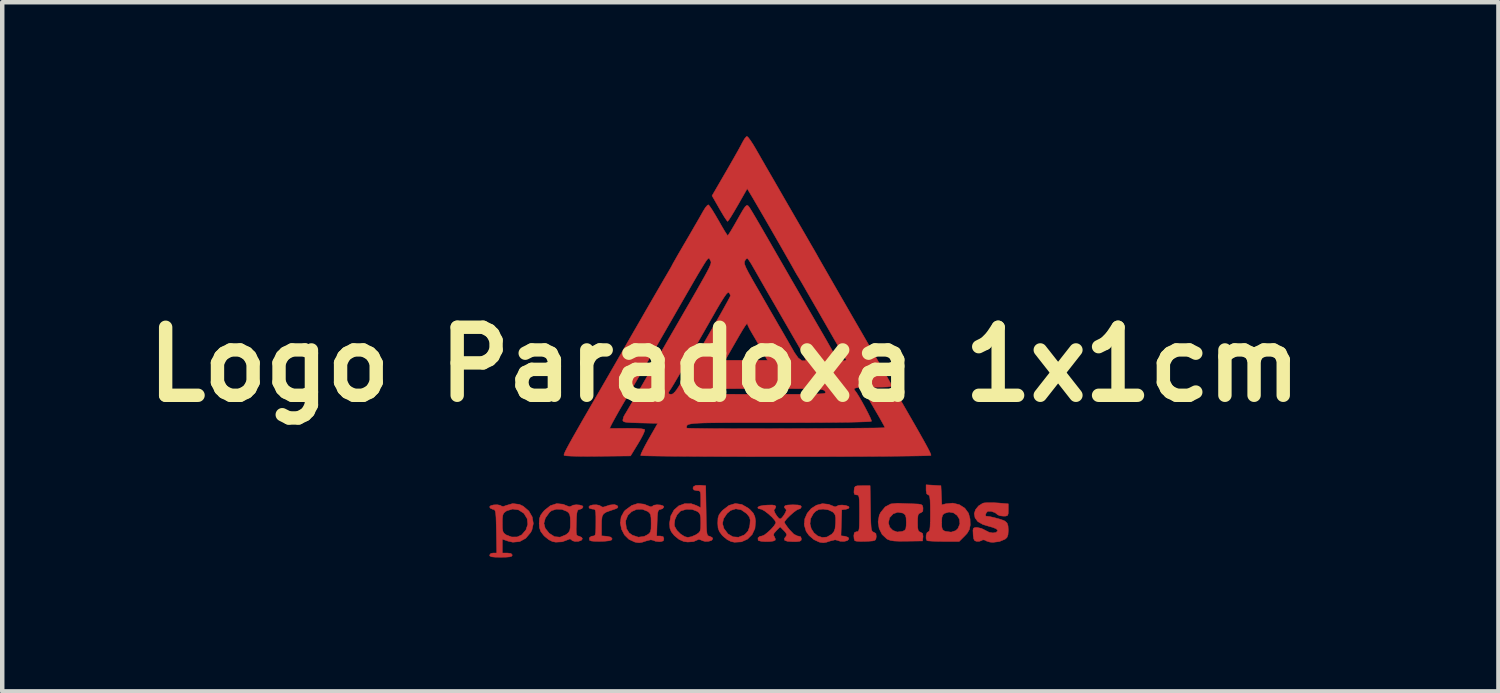
<source format=kicad_pcb>
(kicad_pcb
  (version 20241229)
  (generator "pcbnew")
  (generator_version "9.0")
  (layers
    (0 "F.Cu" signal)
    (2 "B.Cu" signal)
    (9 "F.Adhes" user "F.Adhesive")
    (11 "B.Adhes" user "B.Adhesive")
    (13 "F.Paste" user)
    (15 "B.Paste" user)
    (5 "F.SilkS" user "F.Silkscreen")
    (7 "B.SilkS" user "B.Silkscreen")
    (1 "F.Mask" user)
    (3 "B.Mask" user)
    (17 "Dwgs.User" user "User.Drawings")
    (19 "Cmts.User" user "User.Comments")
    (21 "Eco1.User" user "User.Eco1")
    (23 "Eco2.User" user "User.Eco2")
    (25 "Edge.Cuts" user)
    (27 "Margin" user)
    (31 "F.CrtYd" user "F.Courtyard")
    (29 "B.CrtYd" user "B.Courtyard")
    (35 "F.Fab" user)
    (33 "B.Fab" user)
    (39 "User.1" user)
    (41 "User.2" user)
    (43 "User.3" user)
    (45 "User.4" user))
  (footprint "Logo Paradoxa 1x1cm "
    (layer "F.Cu")
    (at 13.76 5.116)
    (property "Reference" "Logo Paradoxa 1x1cm " (at 0 0 0) (layer "F.SilkS") (effects (font (size 1.524 1.524) (thickness 0.3))))
    (attr through_hole)
    (fp_poly (pts (xy 2.692 3.227) (xy 2.695 3.418) (xy 2.7 3.556) (xy 2.706 3.648) (xy 2.716 3.705) (xy 2.73 3.737) (xy 2.75 3.752) (xy 2.765 3.757) (xy 2.813 3.786) (xy 2.821 3.851) (xy 2.82 3.863) (xy 2.812 3.91) (xy 2.791 3.938) (xy 2.742 3.952) (xy 2.652 3.959) (xy 2.586 3.962) (xy 2.472 3.964) (xy 2.384 3.959) (xy 2.341 3.949) (xy 2.34 3.949) (xy 2.324 3.903) (xy 2.318 3.836) (xy 2.329 3.769) (xy 2.37 3.747) (xy 2.381 3.747) (xy 2.407 3.743) (xy 2.425 3.726) (xy 2.436 3.685) (xy 2.442 3.61) (xy 2.444 3.49) (xy 2.445 3.334) (xy 2.444 3.165) (xy 2.442 3.05) (xy 2.435 2.978) (xy 2.424 2.94) (xy 2.406 2.924) (xy 2.379 2.921) (xy 2.335 2.911) (xy 2.321 2.867) (xy 2.324 2.818) (xy 2.332 2.759) (xy 2.354 2.728) (xy 2.405 2.716) (xy 2.503 2.715) (xy 2.683 2.715) (xy 2.692 3.227)) (stroke (width 0.01) (type solid)) (fill yes) (layer "F.Cu"))
    (fp_poly (pts (xy -0.192 3.135) (xy -0.047 3.218) (xy -0.01 3.249) (xy 0.065 3.33) (xy 0.102 3.412) (xy 0.117 3.51) (xy 0.103 3.673) (xy 0.039 3.81) (xy -0.065 3.913) (xy -0.2 3.973) (xy -0.355 3.982) (xy -0.433 3.966) (xy -0.517 3.924) (xy -0.605 3.852) (xy -0.632 3.825) (xy -0.693 3.743) (xy -0.723 3.664) (xy -0.73 3.563) (xy -0.624 3.563) (xy -0.593 3.673) (xy -0.59 3.678) (xy -0.501 3.795) (xy -0.39 3.86) (xy -0.266 3.869) (xy -0.143 3.821) (xy -0.116 3.801) (xy -0.051 3.73) (xy -0.017 3.635) (xy -0.009 3.58) (xy -0.003 3.483) (xy -0.02 3.418) (xy -0.07 3.355) (xy -0.089 3.335) (xy -0.205 3.255) (xy -0.326 3.233) (xy -0.442 3.269) (xy -0.521 3.336) (xy -0.601 3.455) (xy -0.624 3.563) (xy -0.73 3.563) (xy -0.73 3.555) (xy -0.73 3.546) (xy -0.725 3.439) (xy -0.7 3.364) (xy -0.644 3.291) (xy -0.616 3.262) (xy -0.48 3.157) (xy -0.337 3.114) (xy -0.192 3.135)) (stroke (width 0.01) (type solid)) (fill yes) (layer "F.Cu"))
    (fp_poly (pts (xy -2.987 3.157) (xy -2.984 3.16) (xy -2.965 3.19) (xy -2.977 3.213) (xy -3.028 3.237) (xy -3.127 3.27) (xy -3.228 3.306) (xy -3.289 3.346) (xy -3.321 3.405) (xy -3.332 3.5) (xy -3.334 3.606) (xy -3.334 3.838) (xy -3.215 3.848) (xy -3.126 3.867) (xy -3.096 3.904) (xy -3.096 3.905) (xy -3.109 3.931) (xy -3.158 3.948) (xy -3.252 3.958) (xy -3.339 3.962) (xy -3.469 3.963) (xy -3.561 3.954) (xy -3.603 3.938) (xy -3.603 3.938) (xy -3.608 3.885) (xy -3.564 3.848) (xy -3.522 3.842) (xy -3.494 3.837) (xy -3.476 3.814) (xy -3.466 3.762) (xy -3.462 3.668) (xy -3.461 3.54) (xy -3.461 3.4) (xy -3.465 3.312) (xy -3.475 3.264) (xy -3.495 3.243) (xy -3.527 3.239) (xy -3.54 3.239) (xy -3.604 3.222) (xy -3.619 3.191) (xy -3.592 3.161) (xy -3.527 3.145) (xy -3.448 3.143) (xy -3.379 3.156) (xy -3.348 3.177) (xy -3.306 3.196) (xy -3.275 3.189) (xy -3.149 3.148) (xy -3.048 3.137) (xy -2.987 3.157)) (stroke (width 0.01) (type solid)) (fill yes) (layer "F.Cu"))
    (fp_poly (pts (xy 3.412 3.113) (xy 3.554 3.118) (xy 3.651 3.121) (xy 3.762 3.126) (xy 3.825 3.136) (xy 3.855 3.159) (xy 3.866 3.2) (xy 3.868 3.217) (xy 3.864 3.288) (xy 3.822 3.321) (xy 3.812 3.324) (xy 3.776 3.341) (xy 3.756 3.379) (xy 3.748 3.452) (xy 3.747 3.54) (xy 3.749 3.651) (xy 3.76 3.714) (xy 3.783 3.745) (xy 3.812 3.756) (xy 3.86 3.786) (xy 3.869 3.85) (xy 3.868 3.863) (xy 3.858 3.953) (xy 3.505 3.958) (xy 3.34 3.959) (xy 3.224 3.954) (xy 3.143 3.942) (xy 3.084 3.921) (xy 3.058 3.907) (xy 2.951 3.807) (xy 2.885 3.674) (xy 2.866 3.549) (xy 3.093 3.549) (xy 3.122 3.645) (xy 3.191 3.716) (xy 3.289 3.752) (xy 3.405 3.739) (xy 3.405 3.739) (xy 3.456 3.716) (xy 3.482 3.68) (xy 3.491 3.612) (xy 3.493 3.536) (xy 3.489 3.434) (xy 3.474 3.376) (xy 3.44 3.342) (xy 3.412 3.327) (xy 3.302 3.309) (xy 3.2 3.345) (xy 3.123 3.428) (xy 3.117 3.44) (xy 3.093 3.549) (xy 2.866 3.549) (xy 2.862 3.524) (xy 2.888 3.377) (xy 2.92 3.312) (xy 3.021 3.189) (xy 3.146 3.123) (xy 3.296 3.108) (xy 3.412 3.113)) (stroke (width 0.01) (type solid)) (fill yes) (layer "F.Cu"))
    (fp_poly (pts (xy 4.104 2.705) (xy 4.27 2.715) (xy 4.28 2.929) (xy 4.289 3.144) (xy 4.375 3.121) (xy 4.536 3.105) (xy 4.682 3.14) (xy 4.804 3.218) (xy 4.888 3.332) (xy 4.922 3.461) (xy 4.926 3.597) (xy 4.907 3.696) (xy 4.859 3.779) (xy 4.8 3.843) (xy 4.679 3.964) (xy 4.326 3.964) (xy 4.183 3.962) (xy 4.064 3.957) (xy 3.984 3.951) (xy 3.955 3.945) (xy 3.936 3.895) (xy 3.938 3.826) (xy 3.957 3.768) (xy 3.985 3.747) (xy 4.004 3.737) (xy 4.018 3.703) (xy 4.026 3.636) (xy 4.03 3.537) (xy 4.286 3.537) (xy 4.286 3.539) (xy 4.289 3.639) (xy 4.303 3.694) (xy 4.336 3.724) (xy 4.372 3.738) (xy 4.498 3.755) (xy 4.602 3.721) (xy 4.652 3.672) (xy 4.694 3.567) (xy 4.684 3.466) (xy 4.633 3.381) (xy 4.551 3.323) (xy 4.45 3.305) (xy 4.348 3.335) (xy 4.31 3.369) (xy 4.291 3.43) (xy 4.286 3.537) (xy 4.03 3.537) (xy 4.031 3.524) (xy 4.032 3.36) (xy 4.032 3.334) (xy 4.031 3.162) (xy 4.027 3.044) (xy 4.019 2.971) (xy 4.007 2.933) (xy 3.988 2.921) (xy 3.985 2.921) (xy 3.95 2.897) (xy 3.937 2.821) (xy 3.937 2.808) (xy 3.937 2.695) (xy 4.104 2.705)) (stroke (width 0.01) (type solid)) (fill yes) (layer "F.Cu"))
    (fp_poly (pts (xy 1.754 3.132) (xy 1.823 3.16) (xy 1.899 3.189) (xy 1.937 3.174) (xy 1.938 3.174) (xy 1.981 3.153) (xy 2.057 3.148) (xy 2.139 3.158) (xy 2.2 3.18) (xy 2.214 3.197) (xy 2.196 3.227) (xy 2.137 3.244) (xy 2.048 3.254) (xy 2.03 3.837) (xy 2.118 3.847) (xy 2.19 3.871) (xy 2.207 3.908) (xy 2.173 3.945) (xy 2.101 3.963) (xy 2.017 3.961) (xy 1.958 3.942) (xy 1.957 3.941) (xy 1.899 3.927) (xy 1.799 3.951) (xy 1.792 3.953) (xy 1.7 3.983) (xy 1.636 3.993) (xy 1.573 3.985) (xy 1.54 3.977) (xy 1.424 3.923) (xy 1.316 3.831) (xy 1.25 3.739) (xy 1.208 3.597) (xy 1.21 3.568) (xy 1.336 3.568) (xy 1.364 3.677) (xy 1.424 3.771) (xy 1.508 3.84) (xy 1.609 3.874) (xy 1.716 3.865) (xy 1.823 3.802) (xy 1.871 3.747) (xy 1.897 3.678) (xy 1.908 3.572) (xy 1.91 3.545) (xy 1.911 3.436) (xy 1.899 3.369) (xy 1.868 3.324) (xy 1.84 3.299) (xy 1.742 3.255) (xy 1.63 3.239) (xy 1.532 3.248) (xy 1.462 3.288) (xy 1.412 3.34) (xy 1.35 3.452) (xy 1.336 3.568) (xy 1.21 3.568) (xy 1.219 3.458) (xy 1.274 3.332) (xy 1.364 3.226) (xy 1.481 3.152) (xy 1.614 3.117) (xy 1.754 3.132)) (stroke (width 0.01) (type solid)) (fill yes) (layer "F.Cu"))
    (fp_poly (pts (xy -2.379 3.129) (xy -2.303 3.161) (xy -2.228 3.189) (xy -2.197 3.177) (xy -2.161 3.152) (xy -2.092 3.142) (xy -2.015 3.147) (xy -1.956 3.165) (xy -1.937 3.189) (xy -1.964 3.228) (xy -2.008 3.244) (xy -2.042 3.253) (xy -2.063 3.276) (xy -2.076 3.326) (xy -2.084 3.415) (xy -2.089 3.548) (xy -2.098 3.842) (xy -2.017 3.842) (xy -1.954 3.856) (xy -1.937 3.905) (xy -1.95 3.95) (xy -2.001 3.967) (xy -2.042 3.969) (xy -2.123 3.96) (xy -2.176 3.939) (xy -2.177 3.938) (xy -2.231 3.927) (xy -2.329 3.951) (xy -2.334 3.953) (xy -2.427 3.983) (xy -2.49 3.993) (xy -2.554 3.985) (xy -2.588 3.978) (xy -2.72 3.917) (xy -2.821 3.817) (xy -2.886 3.69) (xy -2.913 3.551) (xy -2.911 3.54) (xy -2.794 3.54) (xy -2.776 3.675) (xy -2.717 3.771) (xy -2.642 3.824) (xy -2.509 3.868) (xy -2.38 3.851) (xy -2.315 3.819) (xy -2.265 3.785) (xy -2.238 3.746) (xy -2.225 3.683) (xy -2.223 3.578) (xy -2.223 3.553) (xy -2.225 3.436) (xy -2.236 3.365) (xy -2.261 3.322) (xy -2.301 3.29) (xy -2.423 3.242) (xy -2.547 3.246) (xy -2.659 3.295) (xy -2.745 3.38) (xy -2.791 3.495) (xy -2.794 3.54) (xy -2.911 3.54) (xy -2.895 3.414) (xy -2.829 3.293) (xy -2.802 3.264) (xy -2.658 3.158) (xy -2.52 3.113) (xy -2.379 3.129)) (stroke (width 0.01) (type solid)) (fill yes) (layer "F.Cu"))
    (fp_poly (pts (xy 5.429 3.095) (xy 5.553 3.102) (xy 5.779 3.121) (xy 5.779 3.259) (xy 5.776 3.345) (xy 5.759 3.385) (xy 5.713 3.397) (xy 5.669 3.397) (xy 5.59 3.388) (xy 5.541 3.366) (xy 5.539 3.364) (xy 5.484 3.32) (xy 5.401 3.29) (xy 5.326 3.288) (xy 5.318 3.29) (xy 5.286 3.321) (xy 5.268 3.366) (xy 5.275 3.396) (xy 5.282 3.397) (xy 5.358 3.406) (xy 5.465 3.43) (xy 5.576 3.46) (xy 5.668 3.491) (xy 5.705 3.509) (xy 5.752 3.553) (xy 5.773 3.616) (xy 5.779 3.712) (xy 5.772 3.814) (xy 5.749 3.875) (xy 5.707 3.913) (xy 5.58 3.966) (xy 5.434 3.984) (xy 5.366 3.978) (xy 5.293 3.956) (xy 5.257 3.935) (xy 5.21 3.927) (xy 5.187 3.94) (xy 5.126 3.963) (xy 5.074 3.963) (xy 5.028 3.948) (xy 5.004 3.907) (xy 4.992 3.824) (xy 4.991 3.802) (xy 4.987 3.711) (xy 4.998 3.667) (xy 5.032 3.653) (xy 5.08 3.651) (xy 5.175 3.671) (xy 5.267 3.717) (xy 5.267 3.717) (xy 5.347 3.758) (xy 5.433 3.773) (xy 5.503 3.763) (xy 5.539 3.728) (xy 5.54 3.717) (xy 5.51 3.681) (xy 5.425 3.647) (xy 5.382 3.636) (xy 5.21 3.584) (xy 5.096 3.519) (xy 5.034 3.436) (xy 5.016 3.34) (xy 5.044 3.252) (xy 5.112 3.168) (xy 5.202 3.111) (xy 5.234 3.101) (xy 5.313 3.095) (xy 5.429 3.095)) (stroke (width 0.01) (type solid)) (fill yes) (layer "F.Cu"))
    (fp_poly (pts (xy -5.174 3.134) (xy -5.088 3.175) (xy -4.963 3.282) (xy -4.886 3.416) (xy -4.862 3.562) (xy -4.894 3.709) (xy -4.922 3.763) (xy -5.033 3.894) (xy -5.168 3.967) (xy -5.321 3.981) (xy -5.428 3.957) (xy -5.556 3.913) (xy -5.556 4.223) (xy -5.445 4.223) (xy -5.363 4.233) (xy -5.334 4.266) (xy -5.334 4.27) (xy -5.346 4.295) (xy -5.389 4.309) (xy -5.475 4.316) (xy -5.588 4.318) (xy -5.718 4.316) (xy -5.797 4.308) (xy -5.834 4.291) (xy -5.842 4.27) (xy -5.814 4.232) (xy -5.762 4.223) (xy -5.682 4.223) (xy -5.69 3.739) (xy -5.694 3.554) (xy -5.694 3.552) (xy -5.556 3.552) (xy -5.554 3.667) (xy -5.544 3.737) (xy -5.519 3.78) (xy -5.474 3.814) (xy -5.469 3.818) (xy -5.347 3.864) (xy -5.223 3.863) (xy -5.123 3.817) (xy -5.028 3.706) (xy -4.986 3.581) (xy -5 3.454) (xy -5.071 3.338) (xy -5.078 3.331) (xy -5.193 3.257) (xy -5.325 3.238) (xy -5.455 3.276) (xy -5.478 3.29) (xy -5.52 3.324) (xy -5.544 3.369) (xy -5.554 3.443) (xy -5.556 3.552) (xy -5.694 3.552) (xy -5.698 3.423) (xy -5.705 3.337) (xy -5.715 3.285) (xy -5.73 3.258) (xy -5.752 3.247) (xy -5.771 3.244) (xy -5.826 3.219) (xy -5.842 3.189) (xy -5.815 3.161) (xy -5.749 3.145) (xy -5.67 3.142) (xy -5.603 3.154) (xy -5.573 3.173) (xy -5.535 3.181) (xy -5.468 3.157) (xy -5.323 3.115) (xy -5.174 3.134)) (stroke (width 0.01) (type solid)) (fill yes) (layer "F.Cu"))
    (fp_poly (pts (xy -4.195 3.13) (xy -4.134 3.156) (xy -4.056 3.185) (xy -4.016 3.175) (xy -3.973 3.151) (xy -3.9 3.142) (xy -3.822 3.148) (xy -3.763 3.166) (xy -3.747 3.189) (xy -3.774 3.228) (xy -3.818 3.244) (xy -3.852 3.253) (xy -3.873 3.276) (xy -3.886 3.326) (xy -3.894 3.416) (xy -3.898 3.546) (xy -3.902 3.683) (xy -3.9 3.769) (xy -3.891 3.817) (xy -3.871 3.838) (xy -3.838 3.847) (xy -3.835 3.847) (xy -3.779 3.873) (xy -3.762 3.905) (xy -3.789 3.941) (xy -3.853 3.962) (xy -3.928 3.964) (xy -3.988 3.947) (xy -4.004 3.931) (xy -4.039 3.906) (xy -4.088 3.925) (xy -4.215 3.972) (xy -4.36 3.98) (xy -4.434 3.966) (xy -4.517 3.924) (xy -4.606 3.852) (xy -4.632 3.825) (xy -4.696 3.74) (xy -4.725 3.656) (xy -4.731 3.557) (xy -4.625 3.557) (xy -4.596 3.669) (xy -4.506 3.781) (xy -4.503 3.783) (xy -4.386 3.857) (xy -4.263 3.868) (xy -4.137 3.816) (xy -4.124 3.808) (xy -4.074 3.766) (xy -4.046 3.72) (xy -4.034 3.649) (xy -4.032 3.542) (xy -4.035 3.428) (xy -4.047 3.36) (xy -4.075 3.317) (xy -4.111 3.29) (xy -4.221 3.246) (xy -4.343 3.241) (xy -4.451 3.273) (xy -4.499 3.31) (xy -4.592 3.439) (xy -4.625 3.557) (xy -4.731 3.557) (xy -4.731 3.554) (xy -4.725 3.452) (xy -4.699 3.377) (xy -4.642 3.301) (xy -4.612 3.267) (xy -4.48 3.162) (xy -4.338 3.116) (xy -4.195 3.13)) (stroke (width 0.01) (type solid)) (fill yes) (layer "F.Cu"))
    (fp_poly (pts (xy -1.124 2.704) (xy -1 2.715) (xy -0.991 3.276) (xy -0.988 3.477) (xy -0.984 3.624) (xy -0.979 3.724) (xy -0.971 3.788) (xy -0.959 3.824) (xy -0.941 3.84) (xy -0.917 3.847) (xy -0.912 3.848) (xy -0.857 3.874) (xy -0.841 3.905) (xy -0.869 3.941) (xy -0.934 3.961) (xy -1.013 3.964) (xy -1.082 3.945) (xy -1.097 3.935) (xy -1.156 3.916) (xy -1.183 3.929) (xy -1.275 3.968) (xy -1.403 3.977) (xy -1.492 3.965) (xy -1.597 3.919) (xy -1.701 3.834) (xy -1.706 3.829) (xy -1.771 3.747) (xy -1.802 3.67) (xy -1.808 3.585) (xy -1.704 3.585) (xy -1.696 3.626) (xy -1.646 3.715) (xy -1.564 3.797) (xy -1.471 3.856) (xy -1.402 3.873) (xy -1.318 3.857) (xy -1.224 3.816) (xy -1.214 3.81) (xy -1.158 3.772) (xy -1.127 3.732) (xy -1.114 3.671) (xy -1.111 3.568) (xy -1.111 3.544) (xy -1.114 3.43) (xy -1.126 3.361) (xy -1.153 3.318) (xy -1.19 3.29) (xy -1.303 3.247) (xy -1.435 3.244) (xy -1.554 3.279) (xy -1.571 3.289) (xy -1.642 3.366) (xy -1.69 3.474) (xy -1.704 3.585) (xy -1.808 3.585) (xy -1.81 3.564) (xy -1.81 3.553) (xy -1.783 3.392) (xy -1.711 3.26) (xy -1.604 3.166) (xy -1.471 3.117) (xy -1.325 3.118) (xy -1.205 3.16) (xy -1.111 3.208) (xy -1.111 3.017) (xy -1.113 2.911) (xy -1.122 2.854) (xy -1.145 2.83) (xy -1.187 2.826) (xy -1.189 2.826) (xy -1.265 2.811) (xy -1.287 2.77) (xy -1.273 2.735) (xy -1.223 2.708) (xy -1.129 2.704) (xy -1.124 2.704)) (stroke (width 0.01) (type solid)) (fill yes) (layer "F.Cu"))
    (fp_poly (pts (xy 1.063 3.147) (xy 1.123 3.16) (xy 1.143 3.185) (xy 1.143 3.191) (xy 1.117 3.231) (xy 1.086 3.239) (xy 1.039 3.26) (xy 0.967 3.313) (xy 0.888 3.383) (xy 0.817 3.454) (xy 0.771 3.513) (xy 0.762 3.536) (xy 0.781 3.572) (xy 0.829 3.64) (xy 0.877 3.701) (xy 0.974 3.801) (xy 1.054 3.841) (xy 1.067 3.842) (xy 1.128 3.858) (xy 1.143 3.905) (xy 1.136 3.941) (xy 1.106 3.96) (xy 1.037 3.968) (xy 0.953 3.969) (xy 0.83 3.961) (xy 0.768 3.938) (xy 0.763 3.896) (xy 0.801 3.848) (xy 0.816 3.811) (xy 0.79 3.763) (xy 0.753 3.723) (xy 0.667 3.637) (xy 0.582 3.722) (xy 0.529 3.783) (xy 0.52 3.825) (xy 0.537 3.854) (xy 0.561 3.909) (xy 0.556 3.936) (xy 0.514 3.955) (xy 0.433 3.966) (xy 0.335 3.968) (xy 0.245 3.961) (xy 0.185 3.945) (xy 0.175 3.937) (xy 0.17 3.885) (xy 0.214 3.849) (xy 0.26 3.842) (xy 0.312 3.82) (xy 0.385 3.764) (xy 0.464 3.691) (xy 0.53 3.616) (xy 0.568 3.556) (xy 0.572 3.541) (xy 0.548 3.491) (xy 0.487 3.421) (xy 0.406 3.347) (xy 0.323 3.283) (xy 0.253 3.244) (xy 0.229 3.239) (xy 0.174 3.225) (xy 0.167 3.199) (xy 0.206 3.173) (xy 0.298 3.156) (xy 0.376 3.15) (xy 0.487 3.147) (xy 0.548 3.156) (xy 0.57 3.177) (xy 0.572 3.187) (xy 0.55 3.236) (xy 0.534 3.246) (xy 0.53 3.274) (xy 0.554 3.33) (xy 0.594 3.394) (xy 0.637 3.444) (xy 0.667 3.461) (xy 0.702 3.438) (xy 0.745 3.385) (xy 0.784 3.321) (xy 0.805 3.268) (xy 0.799 3.246) (xy 0.765 3.207) (xy 0.762 3.188) (xy 0.779 3.162) (xy 0.838 3.148) (xy 0.95 3.143) (xy 0.953 3.143) (xy 1.063 3.147)) (stroke (width 0.01) (type solid)) (fill yes) (layer "F.Cu"))
    (fp_poly (pts (xy -0.046 -5.085) (xy 0.006 -5.015) (xy 0.072 -4.913) (xy 0.128 -4.818) (xy 0.25 -4.605) (xy 0.397 -4.35) (xy 0.562 -4.065) (xy 0.737 -3.761) (xy 0.916 -3.451) (xy 1.092 -3.147) (xy 1.159 -3.032) (xy 1.258 -2.861) (xy 1.351 -2.699) (xy 1.432 -2.56) (xy 1.493 -2.453) (xy 1.524 -2.397) (xy 1.561 -2.332) (xy 1.619 -2.231) (xy 1.7 -2.09) (xy 1.805 -1.907) (xy 1.935 -1.681) (xy 2.092 -1.409) (xy 2.277 -1.088) (xy 2.492 -0.717) (xy 2.673 -0.403) (xy 2.793 -0.195) (xy 2.903 -0.003) (xy 2.999 0.166) (xy 3.077 0.303) (xy 3.132 0.402) (xy 3.161 0.456) (xy 3.164 0.462) (xy 3.163 0.481) (xy 3.136 0.494) (xy 3.074 0.502) (xy 2.97 0.506) (xy 2.813 0.508) (xy 2.75 0.508) (xy 2.567 0.509) (xy 2.44 0.514) (xy 2.363 0.524) (xy 2.327 0.54) (xy 2.327 0.564) (xy 2.347 0.589) (xy 2.385 0.641) (xy 2.44 0.729) (xy 2.504 0.84) (xy 2.57 0.961) (xy 2.631 1.078) (xy 2.68 1.178) (xy 2.709 1.247) (xy 2.714 1.271) (xy 2.678 1.278) (xy 2.582 1.283) (xy 2.429 1.288) (xy 2.22 1.293) (xy 1.959 1.296) (xy 1.649 1.299) (xy 1.293 1.301) (xy 0.893 1.302) (xy 0.652 1.302) (xy 0.238 1.302) (xy -0.117 1.302) (xy -0.418 1.302) (xy -0.669 1.304) (xy -0.875 1.306) (xy -1.04 1.309) (xy -1.168 1.314) (xy -1.265 1.321) (xy -1.334 1.33) (xy -1.381 1.341) (xy -1.409 1.354) (xy -1.423 1.371) (xy -1.428 1.39) (xy -1.429 1.413) (xy -1.429 1.423) (xy -1.398 1.427) (xy -1.309 1.43) (xy -1.166 1.432) (xy -0.975 1.435) (xy -0.741 1.436) (xy -0.469 1.437) (xy -0.163 1.438) (xy 0.17 1.438) (xy 0.526 1.437) (xy 0.794 1.436) (xy 1.163 1.435) (xy 1.513 1.433) (xy 1.839 1.431) (xy 2.136 1.429) (xy 2.398 1.426) (xy 2.62 1.424) (xy 2.798 1.422) (xy 2.927 1.419) (xy 3 1.417) (xy 3.016 1.415) (xy 3 1.381) (xy 2.953 1.295) (xy 2.877 1.16) (xy 2.772 0.98) (xy 2.719 0.889) (xy 2.666 0.795) (xy 2.643 0.732) (xy 2.656 0.694) (xy 2.712 0.674) (xy 2.818 0.668) (xy 2.962 0.667) (xy 3.288 0.667) (xy 3.413 0.881) (xy 3.579 1.169) (xy 3.716 1.407) (xy 3.825 1.599) (xy 3.909 1.749) (xy 3.971 1.863) (xy 4.013 1.944) (xy 4.037 1.998) (xy 4.047 2.028) (xy 4.046 2.036) (xy 4.012 2.04) (xy 3.92 2.044) (xy 3.775 2.047) (xy 3.582 2.05) (xy 3.346 2.053) (xy 3.072 2.056) (xy 2.766 2.058) (xy 2.432 2.06) (xy 2.076 2.061) (xy 1.703 2.062) (xy 1.317 2.063) (xy 0.925 2.063) (xy 0.531 2.063) (xy 0.141 2.063) (xy -0.241 2.062) (xy -0.609 2.061) (xy -0.958 2.06) (xy -1.283 2.058) (xy -1.579 2.056) (xy -1.841 2.054) (xy -2.063 2.051) (xy -2.241 2.048) (xy -2.369 2.045) (xy -2.441 2.041) (xy -2.457 2.038) (xy -2.448 2.002) (xy -2.412 1.923) (xy -2.355 1.812) (xy -2.283 1.68) (xy -2.274 1.665) (xy -2.075 1.318) (xy -2.466 1.309) (xy -2.631 1.304) (xy -2.742 1.298) (xy -2.81 1.289) (xy -2.845 1.274) (xy -2.857 1.254) (xy -2.857 1.244) (xy -2.84 1.174) (xy -2.814 1.126) (xy -2.789 1.085) (xy -2.737 0.997) (xy -2.664 0.872) (xy -2.574 0.719) (xy -2.536 0.654) (xy -1.834 0.654) (xy -1.797 0.666) (xy -1.77 0.667) (xy -1.736 0.657) (xy -1.706 0.631) (xy -0.986 0.631) (xy -0.974 0.641) (xy -0.943 0.649) (xy -0.888 0.656) (xy -0.804 0.66) (xy -0.686 0.663) (xy -0.527 0.665) (xy -0.322 0.666) (xy -0.066 0.667) (xy 0.246 0.667) (xy 0.349 0.667) (xy 0.679 0.667) (xy 0.951 0.666) (xy 1.17 0.666) (xy 1.342 0.664) (xy 1.472 0.661) (xy 1.566 0.657) (xy 1.628 0.651) (xy 1.666 0.644) (xy 1.683 0.634) (xy 1.685 0.623) (xy 1.678 0.608) (xy 1.675 0.603) (xy 1.664 0.587) (xy 1.646 0.575) (xy 1.617 0.564) (xy 1.57 0.556) (xy 1.5 0.55) (xy 1.4 0.546) (xy 1.264 0.543) (xy 1.088 0.541) (xy 0.863 0.54) (xy 0.586 0.54) (xy 0.349 0.54) (xy 0.03 0.54) (xy -0.232 0.54) (xy -0.443 0.541) (xy -0.607 0.543) (xy -0.732 0.547) (xy -0.824 0.552) (xy -0.887 0.558) (xy -0.928 0.567) (xy -0.953 0.578) (xy -0.969 0.592) (xy -0.977 0.603) (xy -0.985 0.619) (xy -0.986 0.631) (xy -1.706 0.631) (xy -1.697 0.624) (xy -1.647 0.559) (xy -1.58 0.455) (xy -1.492 0.305) (xy -1.46 0.251) (xy -1.37 0.092) (xy -1.284 -0.057) (xy -1.262 -0.095) (xy -0.567 -0.095) (xy 0.384 -0.095) (xy 0.264 -0.31) (xy 0.188 -0.445) (xy 0.105 -0.587) (xy 0.04 -0.697) (xy -0.014 -0.791) (xy -0.051 -0.866) (xy -0.064 -0.901) (xy -0.068 -0.918) (xy -0.086 -0.906) (xy -0.119 -0.861) (xy -0.173 -0.776) (xy -0.25 -0.646) (xy -0.343 -0.484) (xy -0.567 -0.095) (xy -1.262 -0.095) (xy -1.211 -0.185) (xy -1.159 -0.276) (xy -1.147 -0.297) (xy -1.107 -0.366) (xy -1.043 -0.478) (xy -0.959 -0.624) (xy -0.863 -0.791) (xy -0.761 -0.968) (xy -0.758 -0.972) (xy -0.662 -1.14) (xy -0.578 -1.291) (xy -0.51 -1.414) (xy -0.464 -1.501) (xy -0.445 -1.543) (xy -0.445 -1.545) (xy -0.465 -1.592) (xy -0.481 -1.612) (xy -0.503 -1.612) (xy -0.539 -1.577) (xy -0.592 -1.502) (xy -0.667 -1.383) (xy -0.767 -1.213) (xy -0.794 -1.165) (xy -1 -0.804) (xy -1.177 -0.495) (xy -1.327 -0.233) (xy -1.451 -0.016) (xy -1.553 0.16) (xy -1.634 0.299) (xy -1.696 0.404) (xy -1.741 0.479) (xy -1.771 0.528) (xy -1.783 0.545) (xy -1.829 0.618) (xy -1.834 0.654) (xy -2.536 0.654) (xy -2.473 0.546) (xy -2.367 0.362) (xy -2.26 0.176) (xy -2.157 -0.002) (xy -2.064 -0.165) (xy -1.985 -0.303) (xy -1.977 -0.318) (xy -1.938 -0.385) (xy -1.876 -0.494) (xy -1.797 -0.631) (xy -1.708 -0.784) (xy -1.675 -0.841) (xy -1.493 -1.157) (xy -1.34 -1.421) (xy -1.214 -1.64) (xy -1.113 -1.818) (xy -1.033 -1.96) (xy -0.973 -2.07) (xy -0.93 -2.152) (xy -0.903 -2.213) (xy -0.887 -2.255) (xy -0.881 -2.284) (xy -0.881 -2.286) (xy -0.134 -2.286) (xy -0.126 -2.238) (xy -0.096 -2.165) (xy -0.042 -2.059) (xy 0.04 -1.912) (xy 0.078 -1.845) (xy 0.167 -1.691) (xy 0.25 -1.547) (xy 0.318 -1.428) (xy 0.365 -1.346) (xy 0.376 -1.328) (xy 0.413 -1.262) (xy 0.475 -1.155) (xy 0.554 -1.019) (xy 0.64 -0.869) (xy 0.666 -0.826) (xy 0.758 -0.667) (xy 0.847 -0.512) (xy 0.925 -0.377) (xy 0.981 -0.279) (xy 0.99 -0.264) (xy 1.073 -0.147) (xy 1.157 -0.085) (xy 1.236 -0.083) (xy 1.243 -0.086) (xy 1.238 -0.116) (xy 1.205 -0.187) (xy 1.152 -0.289) (xy 1.114 -0.357) (xy 1.053 -0.463) (xy 0.967 -0.611) (xy 0.864 -0.79) (xy 0.75 -0.987) (xy 0.632 -1.191) (xy 0.587 -1.27) (xy 0.471 -1.47) (xy 0.358 -1.666) (xy 0.255 -1.846) (xy 0.167 -2) (xy 0.101 -2.116) (xy 0.081 -2.15) (xy 0.02 -2.256) (xy -0.032 -2.336) (xy -0.065 -2.377) (xy -0.07 -2.381) (xy -0.101 -2.357) (xy -0.126 -2.319) (xy -0.134 -2.286) (xy -0.881 -2.286) (xy -0.883 -2.305) (xy -0.89 -2.322) (xy -0.9 -2.34) (xy -0.9 -2.34) (xy -0.91 -2.36) (xy -0.918 -2.375) (xy -0.928 -2.382) (xy -0.943 -2.376) (xy -0.965 -2.354) (xy -0.997 -2.311) (xy -1.041 -2.242) (xy -1.1 -2.145) (xy -1.178 -2.015) (xy -1.276 -1.847) (xy -1.397 -1.637) (xy -1.544 -1.382) (xy -1.719 -1.077) (xy -1.763 -1) (xy -1.952 -0.672) (xy -2.114 -0.391) (xy -2.255 -0.147) (xy -2.379 0.068) (xy -2.492 0.263) (xy -2.599 0.447) (xy -2.704 0.628) (xy -2.813 0.815) (xy -2.852 0.881) (xy -2.948 1.047) (xy -3.03 1.194) (xy -3.094 1.311) (xy -3.136 1.393) (xy -3.15 1.429) (xy -3.149 1.431) (xy -3.111 1.431) (xy -3.022 1.431) (xy -2.897 1.43) (xy -2.757 1.429) (xy -2.58 1.43) (xy -2.453 1.438) (xy -2.38 1.451) (xy -2.366 1.46) (xy -2.373 1.5) (xy -2.408 1.58) (xy -2.465 1.687) (xy -2.515 1.771) (xy -2.684 2.048) (xy -3.42 2.056) (xy -3.657 2.058) (xy -3.858 2.056) (xy -4.014 2.052) (xy -4.12 2.046) (xy -4.171 2.037) (xy -4.174 2.035) (xy -4.175 2.02) (xy -4.166 1.991) (xy -4.145 1.943) (xy -4.108 1.871) (xy -4.054 1.771) (xy -3.98 1.638) (xy -3.883 1.468) (xy -3.762 1.255) (xy -3.612 0.996) (xy -3.477 0.762) (xy -3.365 0.569) (xy -3.24 0.353) (xy -3.116 0.138) (xy -3.008 -0.049) (xy -3 -0.064) (xy -2.791 -0.426) (xy -2.612 -0.738) (xy -2.458 -1.004) (xy -2.329 -1.229) (xy -2.22 -1.417) (xy -2.13 -1.572) (xy -2.056 -1.7) (xy -1.995 -1.805) (xy -1.945 -1.891) (xy -1.903 -1.963) (xy -1.891 -1.983) (xy -1.827 -2.093) (xy -1.777 -2.179) (xy -1.75 -2.23) (xy -1.746 -2.238) (xy -1.731 -2.267) (xy -1.688 -2.342) (xy -1.624 -2.455) (xy -1.542 -2.596) (xy -1.448 -2.757) (xy -1.447 -2.758) (xy -1.345 -2.933) (xy -1.248 -3.101) (xy -1.162 -3.249) (xy -1.096 -3.365) (xy -1.06 -3.429) (xy -1.008 -3.514) (xy -0.962 -3.567) (xy -0.939 -3.578) (xy -0.911 -3.547) (xy -0.86 -3.472) (xy -0.793 -3.363) (xy -0.717 -3.233) (xy -0.714 -3.228) (xy -0.64 -3.098) (xy -0.577 -2.991) (xy -0.53 -2.918) (xy -0.508 -2.889) (xy -0.507 -2.889) (xy -0.486 -2.915) (xy -0.441 -2.985) (xy -0.38 -3.088) (xy -0.322 -3.189) (xy -0.23 -3.351) (xy -0.164 -3.464) (xy -0.118 -3.533) (xy -0.084 -3.564) (xy -0.057 -3.562) (xy -0.03 -3.532) (xy 0.003 -3.481) (xy 0.007 -3.474) (xy 0.048 -3.408) (xy 0.114 -3.297) (xy 0.198 -3.153) (xy 0.294 -2.987) (xy 0.396 -2.811) (xy 0.396 -2.81) (xy 0.545 -2.551) (xy 0.718 -2.251) (xy 0.906 -1.924) (xy 1.102 -1.585) (xy 1.297 -1.247) (xy 1.483 -0.925) (xy 1.633 -0.667) (xy 1.715 -0.524) (xy 1.791 -0.39) (xy 1.852 -0.281) (xy 1.887 -0.217) (xy 1.951 -0.128) (xy 2.029 -0.089) (xy 2.038 -0.088) (xy 2.122 -0.084) (xy 2.148 -0.107) (xy 2.131 -0.14) (xy 2.108 -0.175) (xy 2.059 -0.259) (xy 1.986 -0.383) (xy 1.893 -0.543) (xy 1.786 -0.729) (xy 1.667 -0.937) (xy 1.603 -1.048) (xy 1.48 -1.263) (xy 1.366 -1.46) (xy 1.266 -1.634) (xy 1.184 -1.777) (xy 1.123 -1.881) (xy 1.087 -1.941) (xy 1.08 -1.953) (xy 1.052 -1.997) (xy 1.006 -2.076) (xy 0.972 -2.138) (xy 0.922 -2.227) (xy 0.846 -2.36) (xy 0.751 -2.527) (xy 0.643 -2.716) (xy 0.527 -2.918) (xy 0.41 -3.121) (xy 0.298 -3.315) (xy 0.196 -3.49) (xy 0.112 -3.634) (xy 0.052 -3.737) (xy 0.041 -3.756) (xy -0.07 -3.94) (xy -0.279 -3.573) (xy -0.358 -3.438) (xy -0.426 -3.325) (xy -0.478 -3.245) (xy -0.507 -3.208) (xy -0.51 -3.207) (xy -0.533 -3.233) (xy -0.58 -3.302) (xy -0.642 -3.405) (xy -0.694 -3.494) (xy -0.858 -3.781) (xy -0.55 -4.312) (xy -0.449 -4.487) (xy -0.355 -4.652) (xy -0.273 -4.797) (xy -0.212 -4.909) (xy -0.177 -4.976) (xy -0.131 -5.056) (xy -0.09 -5.104) (xy -0.075 -5.111) (xy -0.046 -5.085)) (stroke (width 0.01) (type solid)) (fill yes) (layer "F.Cu"))
    (fp_poly (pts (xy 2.692 3.227) (xy 2.695 3.418) (xy 2.7 3.556) (xy 2.706 3.648) (xy 2.716 3.705) (xy 2.73 3.737) (xy 2.75 3.752) (xy 2.765 3.757) (xy 2.813 3.786) (xy 2.821 3.851) (xy 2.82 3.863) (xy 2.812 3.91) (xy 2.791 3.938) (xy 2.742 3.952) (xy 2.652 3.959) (xy 2.586 3.962) (xy 2.472 3.964) (xy 2.384 3.959) (xy 2.341 3.949) (xy 2.34 3.949) (xy 2.324 3.903) (xy 2.318 3.836) (xy 2.329 3.769) (xy 2.37 3.747) (xy 2.381 3.747) (xy 2.407 3.743) (xy 2.425 3.726) (xy 2.436 3.685) (xy 2.442 3.61) (xy 2.444 3.49) (xy 2.445 3.334) (xy 2.444 3.165) (xy 2.442 3.05) (xy 2.435 2.978) (xy 2.424 2.94) (xy 2.406 2.924) (xy 2.379 2.921) (xy 2.335 2.911) (xy 2.321 2.867) (xy 2.324 2.818) (xy 2.332 2.759) (xy 2.354 2.728) (xy 2.405 2.716) (xy 2.503 2.715) (xy 2.683 2.715) (xy 2.692 3.227)) (stroke (width 0.01) (type solid)) (fill yes) (layer "F.Mask"))
    (fp_poly (pts (xy -0.192 3.135) (xy -0.047 3.218) (xy -0.01 3.249) (xy 0.065 3.33) (xy 0.102 3.412) (xy 0.117 3.51) (xy 0.103 3.673) (xy 0.039 3.81) (xy -0.065 3.913) (xy -0.2 3.973) (xy -0.355 3.982) (xy -0.433 3.966) (xy -0.517 3.924) (xy -0.605 3.852) (xy -0.632 3.825) (xy -0.693 3.743) (xy -0.723 3.664) (xy -0.73 3.563) (xy -0.624 3.563) (xy -0.593 3.673) (xy -0.59 3.678) (xy -0.501 3.795) (xy -0.39 3.86) (xy -0.266 3.869) (xy -0.143 3.821) (xy -0.116 3.801) (xy -0.051 3.73) (xy -0.017 3.635) (xy -0.009 3.58) (xy -0.003 3.483) (xy -0.02 3.418) (xy -0.07 3.355) (xy -0.089 3.335) (xy -0.205 3.255) (xy -0.326 3.233) (xy -0.442 3.269) (xy -0.521 3.336) (xy -0.601 3.455) (xy -0.624 3.563) (xy -0.73 3.563) (xy -0.73 3.555) (xy -0.73 3.546) (xy -0.725 3.439) (xy -0.7 3.364) (xy -0.644 3.291) (xy -0.616 3.262) (xy -0.48 3.157) (xy -0.337 3.114) (xy -0.192 3.135)) (stroke (width 0.01) (type solid)) (fill yes) (layer "F.Mask"))
    (fp_poly (pts (xy -2.987 3.157) (xy -2.984 3.16) (xy -2.965 3.19) (xy -2.977 3.213) (xy -3.028 3.237) (xy -3.127 3.27) (xy -3.228 3.306) (xy -3.289 3.346) (xy -3.321 3.405) (xy -3.332 3.5) (xy -3.334 3.606) (xy -3.334 3.838) (xy -3.215 3.848) (xy -3.126 3.867) (xy -3.096 3.904) (xy -3.096 3.905) (xy -3.109 3.931) (xy -3.158 3.948) (xy -3.252 3.958) (xy -3.339 3.962) (xy -3.469 3.963) (xy -3.561 3.954) (xy -3.603 3.938) (xy -3.603 3.938) (xy -3.608 3.885) (xy -3.564 3.848) (xy -3.522 3.842) (xy -3.494 3.837) (xy -3.476 3.814) (xy -3.466 3.762) (xy -3.462 3.668) (xy -3.461 3.54) (xy -3.461 3.4) (xy -3.465 3.312) (xy -3.475 3.264) (xy -3.495 3.243) (xy -3.527 3.239) (xy -3.54 3.239) (xy -3.604 3.222) (xy -3.619 3.191) (xy -3.592 3.161) (xy -3.527 3.145) (xy -3.448 3.143) (xy -3.379 3.156) (xy -3.348 3.177) (xy -3.306 3.196) (xy -3.275 3.189) (xy -3.149 3.148) (xy -3.048 3.137) (xy -2.987 3.157)) (stroke (width 0.01) (type solid)) (fill yes) (layer "F.Mask"))
    (fp_poly (pts (xy 3.412 3.113) (xy 3.554 3.118) (xy 3.651 3.121) (xy 3.762 3.126) (xy 3.825 3.136) (xy 3.855 3.159) (xy 3.866 3.2) (xy 3.868 3.217) (xy 3.864 3.288) (xy 3.822 3.321) (xy 3.812 3.324) (xy 3.776 3.341) (xy 3.756 3.379) (xy 3.748 3.452) (xy 3.747 3.54) (xy 3.749 3.651) (xy 3.76 3.714) (xy 3.783 3.745) (xy 3.812 3.756) (xy 3.86 3.786) (xy 3.869 3.85) (xy 3.868 3.863) (xy 3.858 3.953) (xy 3.505 3.958) (xy 3.34 3.959) (xy 3.224 3.954) (xy 3.143 3.942) (xy 3.084 3.921) (xy 3.058 3.907) (xy 2.951 3.807) (xy 2.885 3.674) (xy 2.866 3.549) (xy 3.093 3.549) (xy 3.122 3.645) (xy 3.191 3.716) (xy 3.289 3.752) (xy 3.405 3.739) (xy 3.405 3.739) (xy 3.456 3.716) (xy 3.482 3.68) (xy 3.491 3.612) (xy 3.493 3.536) (xy 3.489 3.434) (xy 3.474 3.376) (xy 3.44 3.342) (xy 3.412 3.327) (xy 3.302 3.309) (xy 3.2 3.345) (xy 3.123 3.428) (xy 3.117 3.44) (xy 3.093 3.549) (xy 2.866 3.549) (xy 2.862 3.524) (xy 2.888 3.377) (xy 2.92 3.312) (xy 3.021 3.189) (xy 3.146 3.123) (xy 3.296 3.108) (xy 3.412 3.113)) (stroke (width 0.01) (type solid)) (fill yes) (layer "F.Mask"))
    (fp_poly (pts (xy 4.104 2.705) (xy 4.27 2.715) (xy 4.28 2.929) (xy 4.289 3.144) (xy 4.375 3.121) (xy 4.536 3.105) (xy 4.682 3.14) (xy 4.804 3.218) (xy 4.888 3.332) (xy 4.922 3.461) (xy 4.926 3.597) (xy 4.907 3.696) (xy 4.859 3.779) (xy 4.8 3.843) (xy 4.679 3.964) (xy 4.326 3.964) (xy 4.183 3.962) (xy 4.064 3.957) (xy 3.984 3.951) (xy 3.955 3.945) (xy 3.936 3.895) (xy 3.938 3.826) (xy 3.957 3.768) (xy 3.985 3.747) (xy 4.004 3.737) (xy 4.018 3.703) (xy 4.026 3.636) (xy 4.03 3.537) (xy 4.286 3.537) (xy 4.286 3.539) (xy 4.289 3.639) (xy 4.303 3.694) (xy 4.336 3.724) (xy 4.372 3.738) (xy 4.498 3.755) (xy 4.602 3.721) (xy 4.652 3.672) (xy 4.694 3.567) (xy 4.684 3.466) (xy 4.633 3.381) (xy 4.551 3.323) (xy 4.45 3.305) (xy 4.348 3.335) (xy 4.31 3.369) (xy 4.291 3.43) (xy 4.286 3.537) (xy 4.03 3.537) (xy 4.031 3.524) (xy 4.032 3.36) (xy 4.032 3.334) (xy 4.031 3.162) (xy 4.027 3.044) (xy 4.019 2.971) (xy 4.007 2.933) (xy 3.988 2.921) (xy 3.985 2.921) (xy 3.95 2.897) (xy 3.937 2.821) (xy 3.937 2.808) (xy 3.937 2.695) (xy 4.104 2.705)) (stroke (width 0.01) (type solid)) (fill yes) (layer "F.Mask"))
    (fp_poly (pts (xy 1.754 3.132) (xy 1.823 3.16) (xy 1.899 3.189) (xy 1.937 3.174) (xy 1.938 3.174) (xy 1.981 3.153) (xy 2.057 3.148) (xy 2.139 3.158) (xy 2.2 3.18) (xy 2.214 3.197) (xy 2.196 3.227) (xy 2.137 3.244) (xy 2.048 3.254) (xy 2.03 3.837) (xy 2.118 3.847) (xy 2.19 3.871) (xy 2.207 3.908) (xy 2.173 3.945) (xy 2.101 3.963) (xy 2.017 3.961) (xy 1.958 3.942) (xy 1.957 3.941) (xy 1.899 3.927) (xy 1.799 3.951) (xy 1.792 3.953) (xy 1.7 3.983) (xy 1.636 3.993) (xy 1.573 3.985) (xy 1.54 3.977) (xy 1.424 3.923) (xy 1.316 3.831) (xy 1.25 3.739) (xy 1.208 3.597) (xy 1.21 3.568) (xy 1.336 3.568) (xy 1.364 3.677) (xy 1.424 3.771) (xy 1.508 3.84) (xy 1.609 3.874) (xy 1.716 3.865) (xy 1.823 3.802) (xy 1.871 3.747) (xy 1.897 3.678) (xy 1.908 3.572) (xy 1.91 3.545) (xy 1.911 3.436) (xy 1.899 3.369) (xy 1.868 3.324) (xy 1.84 3.299) (xy 1.742 3.255) (xy 1.63 3.239) (xy 1.532 3.248) (xy 1.462 3.288) (xy 1.412 3.34) (xy 1.35 3.452) (xy 1.336 3.568) (xy 1.21 3.568) (xy 1.219 3.458) (xy 1.274 3.332) (xy 1.364 3.226) (xy 1.481 3.152) (xy 1.614 3.117) (xy 1.754 3.132)) (stroke (width 0.01) (type solid)) (fill yes) (layer "F.Mask"))
    (fp_poly (pts (xy -2.379 3.129) (xy -2.303 3.161) (xy -2.228 3.189) (xy -2.197 3.177) (xy -2.161 3.152) (xy -2.092 3.142) (xy -2.015 3.147) (xy -1.956 3.165) (xy -1.937 3.189) (xy -1.964 3.228) (xy -2.008 3.244) (xy -2.042 3.253) (xy -2.063 3.276) (xy -2.076 3.326) (xy -2.084 3.415) (xy -2.089 3.548) (xy -2.098 3.842) (xy -2.017 3.842) (xy -1.954 3.856) (xy -1.937 3.905) (xy -1.95 3.95) (xy -2.001 3.967) (xy -2.042 3.969) (xy -2.123 3.96) (xy -2.176 3.939) (xy -2.177 3.938) (xy -2.231 3.927) (xy -2.329 3.951) (xy -2.334 3.953) (xy -2.427 3.983) (xy -2.49 3.993) (xy -2.554 3.985) (xy -2.588 3.978) (xy -2.72 3.917) (xy -2.821 3.817) (xy -2.886 3.69) (xy -2.913 3.551) (xy -2.911 3.54) (xy -2.794 3.54) (xy -2.776 3.675) (xy -2.717 3.771) (xy -2.642 3.824) (xy -2.509 3.868) (xy -2.38 3.851) (xy -2.315 3.819) (xy -2.265 3.785) (xy -2.238 3.746) (xy -2.225 3.683) (xy -2.223 3.578) (xy -2.223 3.553) (xy -2.225 3.436) (xy -2.236 3.365) (xy -2.261 3.322) (xy -2.301 3.29) (xy -2.423 3.242) (xy -2.547 3.246) (xy -2.659 3.295) (xy -2.745 3.38) (xy -2.791 3.495) (xy -2.794 3.54) (xy -2.911 3.54) (xy -2.895 3.414) (xy -2.829 3.293) (xy -2.802 3.264) (xy -2.658 3.158) (xy -2.52 3.113) (xy -2.379 3.129)) (stroke (width 0.01) (type solid)) (fill yes) (layer "F.Mask"))
    (fp_poly (pts (xy 5.429 3.095) (xy 5.553 3.102) (xy 5.779 3.121) (xy 5.779 3.259) (xy 5.776 3.345) (xy 5.759 3.385) (xy 5.713 3.397) (xy 5.669 3.397) (xy 5.59 3.388) (xy 5.541 3.366) (xy 5.539 3.364) (xy 5.484 3.32) (xy 5.401 3.29) (xy 5.326 3.288) (xy 5.318 3.29) (xy 5.286 3.321) (xy 5.268 3.366) (xy 5.275 3.396) (xy 5.282 3.397) (xy 5.358 3.406) (xy 5.465 3.43) (xy 5.576 3.46) (xy 5.668 3.491) (xy 5.705 3.509) (xy 5.752 3.553) (xy 5.773 3.616) (xy 5.779 3.712) (xy 5.772 3.814) (xy 5.749 3.875) (xy 5.707 3.913) (xy 5.58 3.966) (xy 5.434 3.984) (xy 5.366 3.978) (xy 5.293 3.956) (xy 5.257 3.935) (xy 5.21 3.927) (xy 5.187 3.94) (xy 5.126 3.963) (xy 5.074 3.963) (xy 5.028 3.948) (xy 5.004 3.907) (xy 4.992 3.824) (xy 4.991 3.802) (xy 4.987 3.711) (xy 4.998 3.667) (xy 5.032 3.653) (xy 5.08 3.651) (xy 5.175 3.671) (xy 5.267 3.717) (xy 5.267 3.717) (xy 5.347 3.758) (xy 5.433 3.773) (xy 5.503 3.763) (xy 5.539 3.728) (xy 5.54 3.717) (xy 5.51 3.681) (xy 5.425 3.647) (xy 5.382 3.636) (xy 5.21 3.584) (xy 5.096 3.519) (xy 5.034 3.436) (xy 5.016 3.34) (xy 5.044 3.252) (xy 5.112 3.168) (xy 5.202 3.111) (xy 5.234 3.101) (xy 5.313 3.095) (xy 5.429 3.095)) (stroke (width 0.01) (type solid)) (fill yes) (layer "F.Mask"))
    (fp_poly (pts (xy -5.174 3.134) (xy -5.088 3.175) (xy -4.963 3.282) (xy -4.886 3.416) (xy -4.862 3.562) (xy -4.894 3.709) (xy -4.922 3.763) (xy -5.033 3.894) (xy -5.168 3.967) (xy -5.321 3.981) (xy -5.428 3.957) (xy -5.556 3.913) (xy -5.556 4.223) (xy -5.445 4.223) (xy -5.363 4.233) (xy -5.334 4.266) (xy -5.334 4.27) (xy -5.346 4.295) (xy -5.389 4.309) (xy -5.475 4.316) (xy -5.588 4.318) (xy -5.718 4.316) (xy -5.797 4.308) (xy -5.834 4.291) (xy -5.842 4.27) (xy -5.814 4.232) (xy -5.762 4.223) (xy -5.682 4.223) (xy -5.69 3.739) (xy -5.694 3.554) (xy -5.694 3.552) (xy -5.556 3.552) (xy -5.554 3.667) (xy -5.544 3.737) (xy -5.519 3.78) (xy -5.474 3.814) (xy -5.469 3.818) (xy -5.347 3.864) (xy -5.223 3.863) (xy -5.123 3.817) (xy -5.028 3.706) (xy -4.986 3.581) (xy -5 3.454) (xy -5.071 3.338) (xy -5.078 3.331) (xy -5.193 3.257) (xy -5.325 3.238) (xy -5.455 3.276) (xy -5.478 3.29) (xy -5.52 3.324) (xy -5.544 3.369) (xy -5.554 3.443) (xy -5.556 3.552) (xy -5.694 3.552) (xy -5.698 3.423) (xy -5.705 3.337) (xy -5.715 3.285) (xy -5.73 3.258) (xy -5.752 3.247) (xy -5.771 3.244) (xy -5.826 3.219) (xy -5.842 3.189) (xy -5.815 3.161) (xy -5.749 3.145) (xy -5.67 3.142) (xy -5.603 3.154) (xy -5.573 3.173) (xy -5.535 3.181) (xy -5.468 3.157) (xy -5.323 3.115) (xy -5.174 3.134)) (stroke (width 0.01) (type solid)) (fill yes) (layer "F.Mask"))
    (fp_poly (pts (xy -4.195 3.13) (xy -4.134 3.156) (xy -4.056 3.185) (xy -4.016 3.175) (xy -3.973 3.151) (xy -3.9 3.142) (xy -3.822 3.148) (xy -3.763 3.166) (xy -3.747 3.189) (xy -3.774 3.228) (xy -3.818 3.244) (xy -3.852 3.253) (xy -3.873 3.276) (xy -3.886 3.326) (xy -3.894 3.416) (xy -3.898 3.546) (xy -3.902 3.683) (xy -3.9 3.769) (xy -3.891 3.817) (xy -3.871 3.838) (xy -3.838 3.847) (xy -3.835 3.847) (xy -3.779 3.873) (xy -3.762 3.905) (xy -3.789 3.941) (xy -3.853 3.962) (xy -3.928 3.964) (xy -3.988 3.947) (xy -4.004 3.931) (xy -4.039 3.906) (xy -4.088 3.925) (xy -4.215 3.972) (xy -4.36 3.98) (xy -4.434 3.966) (xy -4.517 3.924) (xy -4.606 3.852) (xy -4.632 3.825) (xy -4.696 3.74) (xy -4.725 3.656) (xy -4.731 3.557) (xy -4.625 3.557) (xy -4.596 3.669) (xy -4.506 3.781) (xy -4.503 3.783) (xy -4.386 3.857) (xy -4.263 3.868) (xy -4.137 3.816) (xy -4.124 3.808) (xy -4.074 3.766) (xy -4.046 3.72) (xy -4.034 3.649) (xy -4.032 3.542) (xy -4.035 3.428) (xy -4.047 3.36) (xy -4.075 3.317) (xy -4.111 3.29) (xy -4.221 3.246) (xy -4.343 3.241) (xy -4.451 3.273) (xy -4.499 3.31) (xy -4.592 3.439) (xy -4.625 3.557) (xy -4.731 3.557) (xy -4.731 3.554) (xy -4.725 3.452) (xy -4.699 3.377) (xy -4.642 3.301) (xy -4.612 3.267) (xy -4.48 3.162) (xy -4.338 3.116) (xy -4.195 3.13)) (stroke (width 0.01) (type solid)) (fill yes) (layer "F.Mask"))
    (fp_poly (pts (xy -1.124 2.704) (xy -1 2.715) (xy -0.991 3.276) (xy -0.988 3.477) (xy -0.984 3.624) (xy -0.979 3.724) (xy -0.971 3.788) (xy -0.959 3.824) (xy -0.941 3.84) (xy -0.917 3.847) (xy -0.912 3.848) (xy -0.857 3.874) (xy -0.841 3.905) (xy -0.869 3.941) (xy -0.934 3.961) (xy -1.013 3.964) (xy -1.082 3.945) (xy -1.097 3.935) (xy -1.156 3.916) (xy -1.183 3.929) (xy -1.275 3.968) (xy -1.403 3.977) (xy -1.492 3.965) (xy -1.597 3.919) (xy -1.701 3.834) (xy -1.706 3.829) (xy -1.771 3.747) (xy -1.802 3.67) (xy -1.808 3.585) (xy -1.704 3.585) (xy -1.696 3.626) (xy -1.646 3.715) (xy -1.564 3.797) (xy -1.471 3.856) (xy -1.402 3.873) (xy -1.318 3.857) (xy -1.224 3.816) (xy -1.214 3.81) (xy -1.158 3.772) (xy -1.127 3.732) (xy -1.114 3.671) (xy -1.111 3.568) (xy -1.111 3.544) (xy -1.114 3.43) (xy -1.126 3.361) (xy -1.153 3.318) (xy -1.19 3.29) (xy -1.303 3.247) (xy -1.435 3.244) (xy -1.554 3.279) (xy -1.571 3.289) (xy -1.642 3.366) (xy -1.69 3.474) (xy -1.704 3.585) (xy -1.808 3.585) (xy -1.81 3.564) (xy -1.81 3.553) (xy -1.783 3.392) (xy -1.711 3.26) (xy -1.604 3.166) (xy -1.471 3.117) (xy -1.325 3.118) (xy -1.205 3.16) (xy -1.111 3.208) (xy -1.111 3.017) (xy -1.113 2.911) (xy -1.122 2.854) (xy -1.145 2.83) (xy -1.187 2.826) (xy -1.189 2.826) (xy -1.265 2.811) (xy -1.287 2.77) (xy -1.273 2.735) (xy -1.223 2.708) (xy -1.129 2.704) (xy -1.124 2.704)) (stroke (width 0.01) (type solid)) (fill yes) (layer "F.Mask"))
    (fp_poly (pts (xy 1.063 3.147) (xy 1.123 3.16) (xy 1.143 3.185) (xy 1.143 3.191) (xy 1.117 3.231) (xy 1.086 3.239) (xy 1.039 3.26) (xy 0.967 3.313) (xy 0.888 3.383) (xy 0.817 3.454) (xy 0.771 3.513) (xy 0.762 3.536) (xy 0.781 3.572) (xy 0.829 3.64) (xy 0.877 3.701) (xy 0.974 3.801) (xy 1.054 3.841) (xy 1.067 3.842) (xy 1.128 3.858) (xy 1.143 3.905) (xy 1.136 3.941) (xy 1.106 3.96) (xy 1.037 3.968) (xy 0.953 3.969) (xy 0.83 3.961) (xy 0.768 3.938) (xy 0.763 3.896) (xy 0.801 3.848) (xy 0.816 3.811) (xy 0.79 3.763) (xy 0.753 3.723) (xy 0.667 3.637) (xy 0.582 3.722) (xy 0.529 3.783) (xy 0.52 3.825) (xy 0.537 3.854) (xy 0.561 3.909) (xy 0.556 3.936) (xy 0.514 3.955) (xy 0.433 3.966) (xy 0.335 3.968) (xy 0.245 3.961) (xy 0.185 3.945) (xy 0.175 3.937) (xy 0.17 3.885) (xy 0.214 3.849) (xy 0.26 3.842) (xy 0.312 3.82) (xy 0.385 3.764) (xy 0.464 3.691) (xy 0.53 3.616) (xy 0.568 3.556) (xy 0.572 3.541) (xy 0.548 3.491) (xy 0.487 3.421) (xy 0.406 3.347) (xy 0.323 3.283) (xy 0.253 3.244) (xy 0.229 3.239) (xy 0.174 3.225) (xy 0.167 3.199) (xy 0.206 3.173) (xy 0.298 3.156) (xy 0.376 3.15) (xy 0.487 3.147) (xy 0.548 3.156) (xy 0.57 3.177) (xy 0.572 3.187) (xy 0.55 3.236) (xy 0.534 3.246) (xy 0.53 3.274) (xy 0.554 3.33) (xy 0.594 3.394) (xy 0.637 3.444) (xy 0.667 3.461) (xy 0.702 3.438) (xy 0.745 3.385) (xy 0.784 3.321) (xy 0.805 3.268) (xy 0.799 3.246) (xy 0.765 3.207) (xy 0.762 3.188) (xy 0.779 3.162) (xy 0.838 3.148) (xy 0.95 3.143) (xy 0.953 3.143) (xy 1.063 3.147)) (stroke (width 0.01) (type solid)) (fill yes) (layer "F.Mask"))
    (fp_poly (pts (xy -0.046 -5.085) (xy 0.006 -5.015) (xy 0.072 -4.913) (xy 0.128 -4.818) (xy 0.25 -4.605) (xy 0.397 -4.35) (xy 0.562 -4.065) (xy 0.737 -3.761) (xy 0.916 -3.451) (xy 1.092 -3.147) (xy 1.159 -3.032) (xy 1.258 -2.861) (xy 1.351 -2.699) (xy 1.432 -2.56) (xy 1.493 -2.453) (xy 1.524 -2.397) (xy 1.561 -2.332) (xy 1.619 -2.231) (xy 1.7 -2.09) (xy 1.805 -1.907) (xy 1.935 -1.681) (xy 2.092 -1.409) (xy 2.277 -1.088) (xy 2.492 -0.717) (xy 2.673 -0.403) (xy 2.793 -0.195) (xy 2.903 -0.003) (xy 2.999 0.166) (xy 3.077 0.303) (xy 3.132 0.402) (xy 3.161 0.456) (xy 3.164 0.462) (xy 3.163 0.481) (xy 3.136 0.494) (xy 3.074 0.502) (xy 2.97 0.506) (xy 2.813 0.508) (xy 2.75 0.508) (xy 2.567 0.509) (xy 2.44 0.514) (xy 2.363 0.524) (xy 2.327 0.54) (xy 2.327 0.564) (xy 2.347 0.589) (xy 2.385 0.641) (xy 2.44 0.729) (xy 2.504 0.84) (xy 2.57 0.961) (xy 2.631 1.078) (xy 2.68 1.178) (xy 2.709 1.247) (xy 2.714 1.271) (xy 2.678 1.278) (xy 2.582 1.283) (xy 2.429 1.288) (xy 2.22 1.293) (xy 1.959 1.296) (xy 1.649 1.299) (xy 1.293 1.301) (xy 0.893 1.302) (xy 0.652 1.302) (xy 0.238 1.302) (xy -0.117 1.302) (xy -0.418 1.302) (xy -0.669 1.304) (xy -0.875 1.306) (xy -1.04 1.309) (xy -1.168 1.314) (xy -1.265 1.321) (xy -1.334 1.33) (xy -1.381 1.341) (xy -1.409 1.354) (xy -1.423 1.371) (xy -1.428 1.39) (xy -1.429 1.413) (xy -1.429 1.423) (xy -1.398 1.427) (xy -1.309 1.43) (xy -1.166 1.432) (xy -0.975 1.435) (xy -0.741 1.436) (xy -0.469 1.437) (xy -0.163 1.438) (xy 0.17 1.438) (xy 0.526 1.437) (xy 0.794 1.436) (xy 1.163 1.435) (xy 1.513 1.433) (xy 1.839 1.431) (xy 2.136 1.429) (xy 2.398 1.426) (xy 2.62 1.424) (xy 2.798 1.422) (xy 2.927 1.419) (xy 3 1.417) (xy 3.016 1.415) (xy 3 1.381) (xy 2.953 1.295) (xy 2.877 1.16) (xy 2.772 0.98) (xy 2.719 0.889) (xy 2.666 0.795) (xy 2.643 0.732) (xy 2.656 0.694) (xy 2.712 0.674) (xy 2.818 0.668) (xy 2.962 0.667) (xy 3.288 0.667) (xy 3.413 0.881) (xy 3.579 1.169) (xy 3.716 1.407) (xy 3.825 1.599) (xy 3.909 1.749) (xy 3.971 1.863) (xy 4.013 1.944) (xy 4.037 1.998) (xy 4.047 2.028) (xy 4.046 2.036) (xy 4.012 2.04) (xy 3.92 2.044) (xy 3.775 2.047) (xy 3.582 2.05) (xy 3.346 2.053) (xy 3.072 2.056) (xy 2.766 2.058) (xy 2.432 2.06) (xy 2.076 2.061) (xy 1.703 2.062) (xy 1.317 2.063) (xy 0.925 2.063) (xy 0.531 2.063) (xy 0.141 2.063) (xy -0.241 2.062) (xy -0.609 2.061) (xy -0.958 2.06) (xy -1.283 2.058) (xy -1.579 2.056) (xy -1.841 2.054) (xy -2.063 2.051) (xy -2.241 2.048) (xy -2.369 2.045) (xy -2.441 2.041) (xy -2.457 2.038) (xy -2.448 2.002) (xy -2.412 1.923) (xy -2.355 1.812) (xy -2.283 1.68) (xy -2.274 1.665) (xy -2.075 1.318) (xy -2.466 1.309) (xy -2.631 1.304) (xy -2.742 1.298) (xy -2.81 1.289) (xy -2.845 1.274) (xy -2.857 1.254) (xy -2.857 1.244) (xy -2.84 1.174) (xy -2.814 1.126) (xy -2.789 1.085) (xy -2.737 0.997) (xy -2.664 0.872) (xy -2.574 0.719) (xy -2.536 0.654) (xy -1.834 0.654) (xy -1.797 0.666) (xy -1.77 0.667) (xy -1.736 0.657) (xy -1.706 0.631) (xy -0.986 0.631) (xy -0.974 0.641) (xy -0.943 0.649) (xy -0.888 0.656) (xy -0.804 0.66) (xy -0.686 0.663) (xy -0.527 0.665) (xy -0.322 0.666) (xy -0.066 0.667) (xy 0.246 0.667) (xy 0.349 0.667) (xy 0.679 0.667) (xy 0.951 0.666) (xy 1.17 0.666) (xy 1.342 0.664) (xy 1.472 0.661) (xy 1.566 0.657) (xy 1.628 0.651) (xy 1.666 0.644) (xy 1.683 0.634) (xy 1.685 0.623) (xy 1.678 0.608) (xy 1.675 0.603) (xy 1.664 0.587) (xy 1.646 0.575) (xy 1.617 0.564) (xy 1.57 0.556) (xy 1.5 0.55) (xy 1.4 0.546) (xy 1.264 0.543) (xy 1.088 0.541) (xy 0.863 0.54) (xy 0.586 0.54) (xy 0.349 0.54) (xy 0.03 0.54) (xy -0.232 0.54) (xy -0.443 0.541) (xy -0.607 0.543) (xy -0.732 0.547) (xy -0.824 0.552) (xy -0.887 0.558) (xy -0.928 0.567) (xy -0.953 0.578) (xy -0.969 0.592) (xy -0.977 0.603) (xy -0.985 0.619) (xy -0.986 0.631) (xy -1.706 0.631) (xy -1.697 0.624) (xy -1.647 0.559) (xy -1.58 0.455) (xy -1.492 0.305) (xy -1.46 0.251) (xy -1.37 0.092) (xy -1.284 -0.057) (xy -1.262 -0.095) (xy -0.567 -0.095) (xy 0.384 -0.095) (xy 0.264 -0.31) (xy 0.188 -0.445) (xy 0.105 -0.587) (xy 0.04 -0.697) (xy -0.014 -0.791) (xy -0.051 -0.866) (xy -0.064 -0.901) (xy -0.068 -0.918) (xy -0.086 -0.906) (xy -0.119 -0.861) (xy -0.173 -0.776) (xy -0.25 -0.646) (xy -0.343 -0.484) (xy -0.567 -0.095) (xy -1.262 -0.095) (xy -1.211 -0.185) (xy -1.159 -0.276) (xy -1.147 -0.297) (xy -1.107 -0.366) (xy -1.043 -0.478) (xy -0.959 -0.624) (xy -0.863 -0.791) (xy -0.761 -0.968) (xy -0.758 -0.972) (xy -0.662 -1.14) (xy -0.578 -1.291) (xy -0.51 -1.414) (xy -0.464 -1.501) (xy -0.445 -1.543) (xy -0.445 -1.545) (xy -0.465 -1.592) (xy -0.481 -1.612) (xy -0.503 -1.612) (xy -0.539 -1.577) (xy -0.592 -1.502) (xy -0.667 -1.383) (xy -0.767 -1.213) (xy -0.794 -1.165) (xy -1 -0.804) (xy -1.177 -0.495) (xy -1.327 -0.233) (xy -1.451 -0.016) (xy -1.553 0.16) (xy -1.634 0.299) (xy -1.696 0.404) (xy -1.741 0.479) (xy -1.771 0.528) (xy -1.783 0.545) (xy -1.829 0.618) (xy -1.834 0.654) (xy -2.536 0.654) (xy -2.473 0.546) (xy -2.367 0.362) (xy -2.26 0.176) (xy -2.157 -0.002) (xy -2.064 -0.165) (xy -1.985 -0.303) (xy -1.977 -0.318) (xy -1.938 -0.385) (xy -1.876 -0.494) (xy -1.797 -0.631) (xy -1.708 -0.784) (xy -1.675 -0.841) (xy -1.493 -1.157) (xy -1.34 -1.421) (xy -1.214 -1.64) (xy -1.113 -1.818) (xy -1.033 -1.96) (xy -0.973 -2.07) (xy -0.93 -2.152) (xy -0.903 -2.213) (xy -0.887 -2.255) (xy -0.881 -2.284) (xy -0.881 -2.286) (xy -0.134 -2.286) (xy -0.126 -2.238) (xy -0.096 -2.165) (xy -0.042 -2.059) (xy 0.04 -1.912) (xy 0.078 -1.845) (xy 0.167 -1.691) (xy 0.25 -1.547) (xy 0.318 -1.428) (xy 0.365 -1.346) (xy 0.376 -1.328) (xy 0.413 -1.262) (xy 0.475 -1.155) (xy 0.554 -1.019) (xy 0.64 -0.869) (xy 0.666 -0.826) (xy 0.758 -0.667) (xy 0.847 -0.512) (xy 0.925 -0.377) (xy 0.981 -0.279) (xy 0.99 -0.264) (xy 1.073 -0.147) (xy 1.157 -0.085) (xy 1.236 -0.083) (xy 1.243 -0.086) (xy 1.238 -0.116) (xy 1.205 -0.187) (xy 1.152 -0.289) (xy 1.114 -0.357) (xy 1.053 -0.463) (xy 0.967 -0.611) (xy 0.864 -0.79) (xy 0.75 -0.987) (xy 0.632 -1.191) (xy 0.587 -1.27) (xy 0.471 -1.47) (xy 0.358 -1.666) (xy 0.255 -1.846) (xy 0.167 -2) (xy 0.101 -2.116) (xy 0.081 -2.15) (xy 0.02 -2.256) (xy -0.032 -2.336) (xy -0.065 -2.377) (xy -0.07 -2.381) (xy -0.101 -2.357) (xy -0.126 -2.319) (xy -0.134 -2.286) (xy -0.881 -2.286) (xy -0.883 -2.305) (xy -0.89 -2.322) (xy -0.9 -2.34) (xy -0.9 -2.34) (xy -0.91 -2.36) (xy -0.918 -2.375) (xy -0.928 -2.382) (xy -0.943 -2.376) (xy -0.965 -2.354) (xy -0.997 -2.311) (xy -1.041 -2.242) (xy -1.1 -2.145) (xy -1.178 -2.015) (xy -1.276 -1.847) (xy -1.397 -1.637) (xy -1.544 -1.382) (xy -1.719 -1.077) (xy -1.763 -1) (xy -1.952 -0.672) (xy -2.114 -0.391) (xy -2.255 -0.147) (xy -2.379 0.068) (xy -2.492 0.263) (xy -2.599 0.447) (xy -2.704 0.628) (xy -2.813 0.815) (xy -2.852 0.881) (xy -2.948 1.047) (xy -3.03 1.194) (xy -3.094 1.311) (xy -3.136 1.393) (xy -3.15 1.429) (xy -3.149 1.431) (xy -3.111 1.431) (xy -3.022 1.431) (xy -2.897 1.43) (xy -2.757 1.429) (xy -2.58 1.43) (xy -2.453 1.438) (xy -2.38 1.451) (xy -2.366 1.46) (xy -2.373 1.5) (xy -2.408 1.58) (xy -2.465 1.687) (xy -2.515 1.771) (xy -2.684 2.048) (xy -3.42 2.056) (xy -3.657 2.058) (xy -3.858 2.056) (xy -4.014 2.052) (xy -4.12 2.046) (xy -4.171 2.037) (xy -4.174 2.035) (xy -4.175 2.02) (xy -4.166 1.991) (xy -4.145 1.943) (xy -4.108 1.871) (xy -4.054 1.771) (xy -3.98 1.638) (xy -3.883 1.468) (xy -3.762 1.255) (xy -3.612 0.996) (xy -3.477 0.762) (xy -3.365 0.569) (xy -3.24 0.353) (xy -3.116 0.138) (xy -3.008 -0.049) (xy -3 -0.064) (xy -2.791 -0.426) (xy -2.612 -0.738) (xy -2.458 -1.004) (xy -2.329 -1.229) (xy -2.22 -1.417) (xy -2.13 -1.572) (xy -2.056 -1.7) (xy -1.995 -1.805) (xy -1.945 -1.891) (xy -1.903 -1.963) (xy -1.891 -1.983) (xy -1.827 -2.093) (xy -1.777 -2.179) (xy -1.75 -2.23) (xy -1.746 -2.238) (xy -1.731 -2.267) (xy -1.688 -2.342) (xy -1.624 -2.455) (xy -1.542 -2.596) (xy -1.448 -2.757) (xy -1.447 -2.758) (xy -1.345 -2.933) (xy -1.248 -3.101) (xy -1.162 -3.249) (xy -1.096 -3.365) (xy -1.06 -3.429) (xy -1.008 -3.514) (xy -0.962 -3.567) (xy -0.939 -3.578) (xy -0.911 -3.547) (xy -0.86 -3.472) (xy -0.793 -3.363) (xy -0.717 -3.233) (xy -0.714 -3.228) (xy -0.64 -3.098) (xy -0.577 -2.991) (xy -0.53 -2.918) (xy -0.508 -2.889) (xy -0.507 -2.889) (xy -0.486 -2.915) (xy -0.441 -2.985) (xy -0.38 -3.088) (xy -0.322 -3.189) (xy -0.23 -3.351) (xy -0.164 -3.464) (xy -0.118 -3.533) (xy -0.084 -3.564) (xy -0.057 -3.562) (xy -0.03 -3.532) (xy 0.003 -3.481) (xy 0.007 -3.474) (xy 0.048 -3.408) (xy 0.114 -3.297) (xy 0.198 -3.153) (xy 0.294 -2.987) (xy 0.396 -2.811) (xy 0.396 -2.81) (xy 0.545 -2.551) (xy 0.718 -2.251) (xy 0.906 -1.924) (xy 1.102 -1.585) (xy 1.297 -1.247) (xy 1.483 -0.925) (xy 1.633 -0.667) (xy 1.715 -0.524) (xy 1.791 -0.39) (xy 1.852 -0.281) (xy 1.887 -0.217) (xy 1.951 -0.128) (xy 2.029 -0.089) (xy 2.038 -0.088) (xy 2.122 -0.084) (xy 2.148 -0.107) (xy 2.131 -0.14) (xy 2.108 -0.175) (xy 2.059 -0.259) (xy 1.986 -0.383) (xy 1.893 -0.543) (xy 1.786 -0.729) (xy 1.667 -0.937) (xy 1.603 -1.048) (xy 1.48 -1.263) (xy 1.366 -1.46) (xy 1.266 -1.634) (xy 1.184 -1.777) (xy 1.123 -1.881) (xy 1.087 -1.941) (xy 1.08 -1.953) (xy 1.052 -1.997) (xy 1.006 -2.076) (xy 0.972 -2.138) (xy 0.922 -2.227) (xy 0.846 -2.36) (xy 0.751 -2.527) (xy 0.643 -2.716) (xy 0.527 -2.918) (xy 0.41 -3.121) (xy 0.298 -3.315) (xy 0.196 -3.49) (xy 0.112 -3.634) (xy 0.052 -3.737) (xy 0.041 -3.756) (xy -0.07 -3.94) (xy -0.279 -3.573) (xy -0.358 -3.438) (xy -0.426 -3.325) (xy -0.478 -3.245) (xy -0.507 -3.208) (xy -0.51 -3.207) (xy -0.533 -3.233) (xy -0.58 -3.302) (xy -0.642 -3.405) (xy -0.694 -3.494) (xy -0.858 -3.781) (xy -0.55 -4.312) (xy -0.449 -4.487) (xy -0.355 -4.652) (xy -0.273 -4.797) (xy -0.212 -4.909) (xy -0.177 -4.976) (xy -0.131 -5.056) (xy -0.09 -5.104) (xy -0.075 -5.111) (xy -0.046 -5.085)) (stroke (width 0.01) (type solid)) (fill yes) (layer "F.Mask")))
  (gr_rect
    (start -3 -3)
    (end 30.519 12.439)
    (stroke (width 0.1) (type default))
    (fill no)
    (layer "Edge.Cuts")))
</source>
